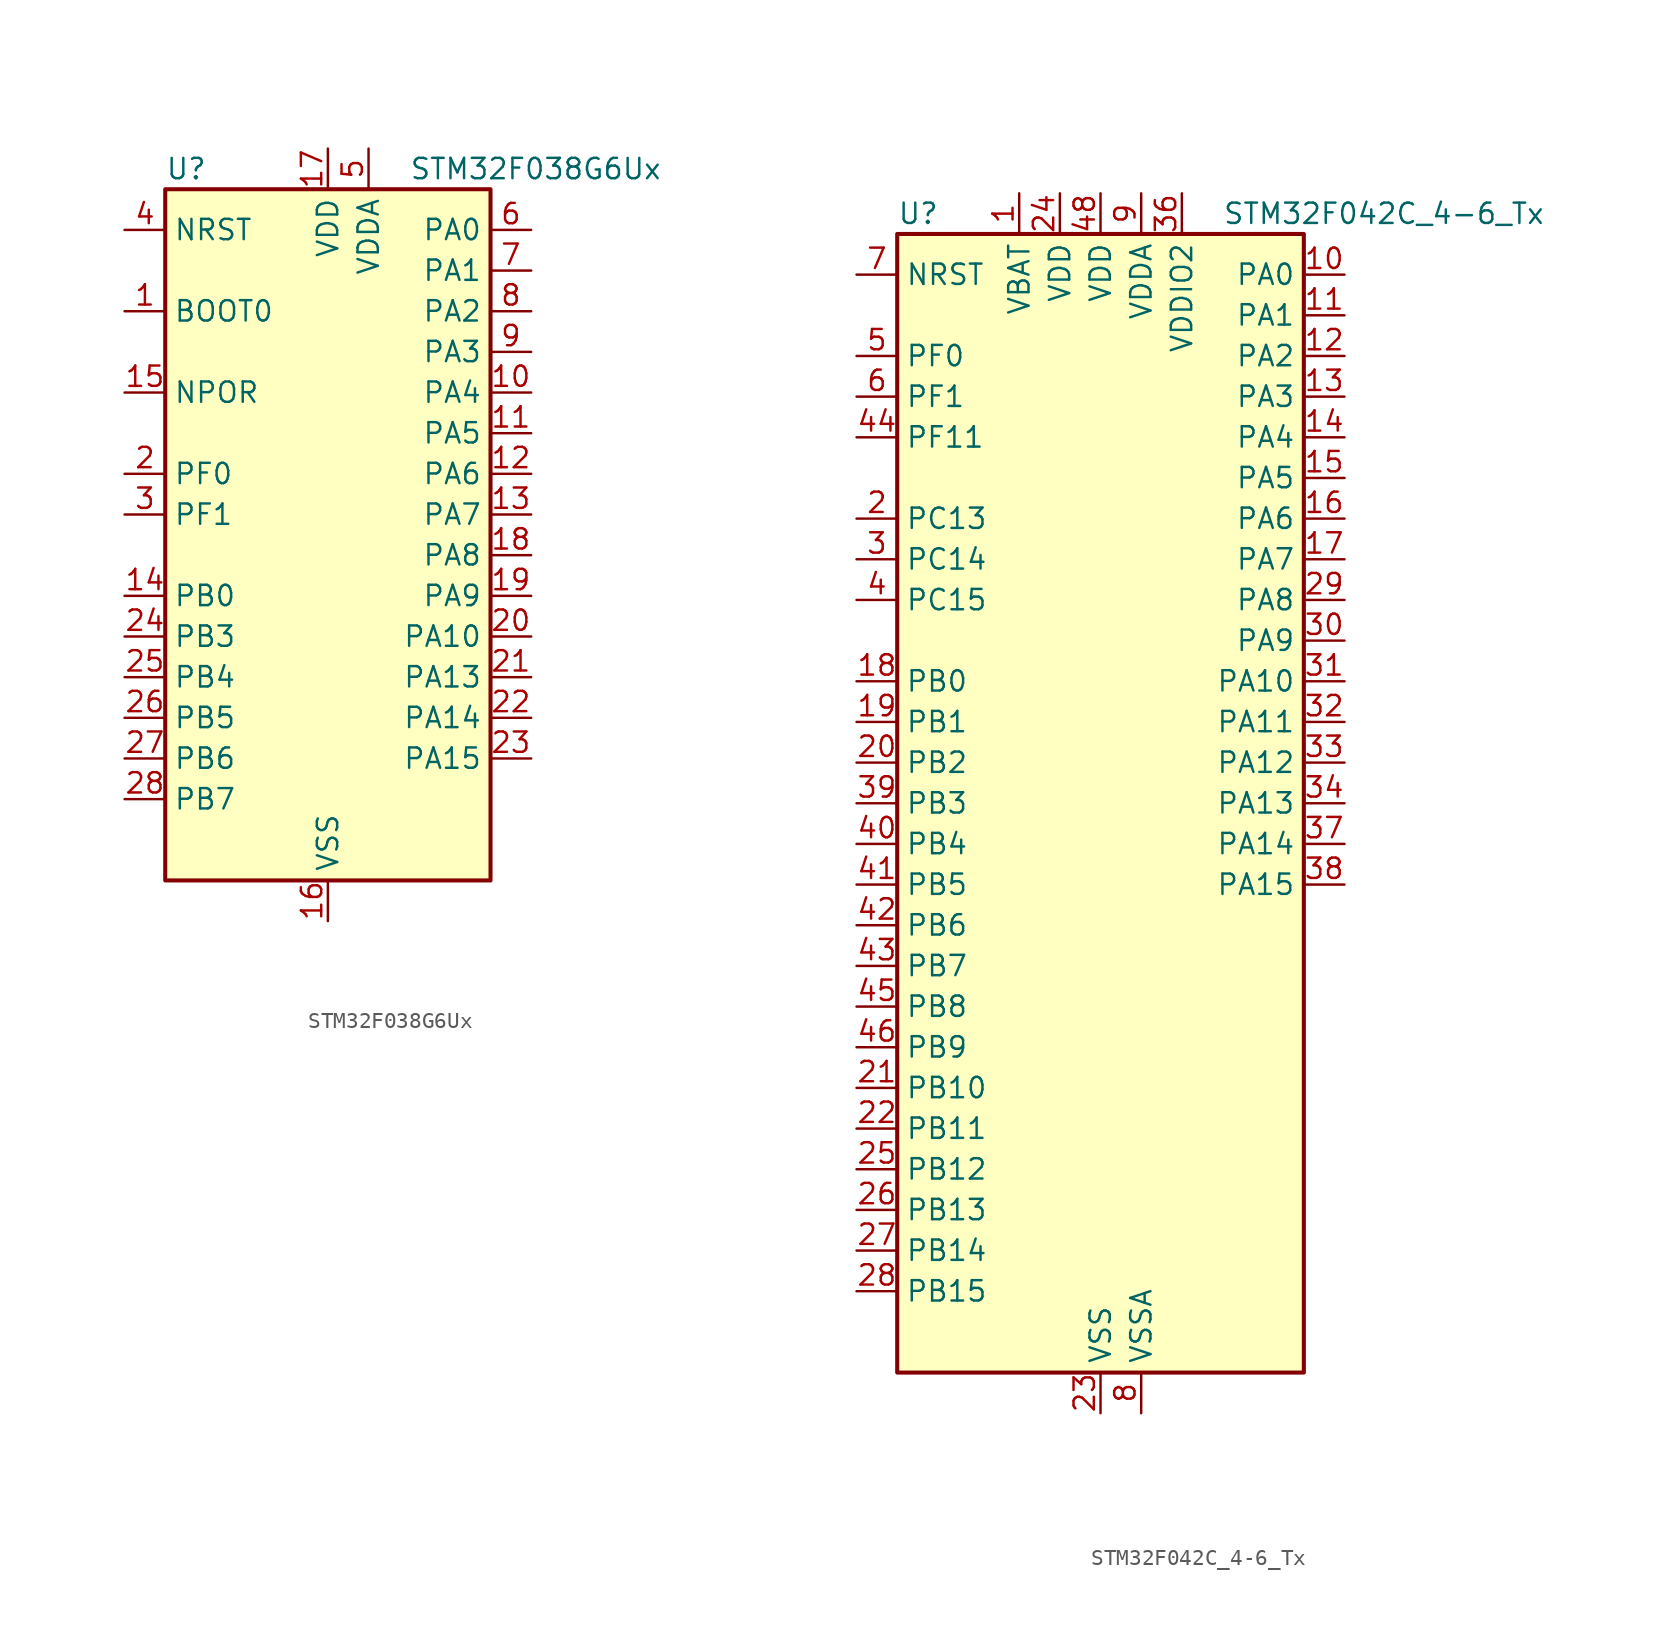
<source format=kicad_sym>
(kicad_symbol_lib
  (version 20231120)
  (generator "kicad_symbol_editor")
  (generator_version "8.0")
  (symbol "STM32F038G6Ux"
    (property "Reference" "U"
      (at -10.16 24.13 0)
      (effects (font (size 1.27 1.27)) (justify left)))
    (property "Value" "STM32F038G6Ux"
      (at 5.08 24.13 0)
      (effects (font (size 1.27 1.27)) (justify left)))
    (property "ki_locked" ""
      (at 0 0 0)
      (effects (font (size 1.27 1.27))))
    (symbol "STM32F038G6Ux_0_1"
      (rectangle (start -10.16 -20.32) (end 10.16 22.86) (stroke (width 0.254) (type default)) (fill (type background))))
    (symbol "STM32F038G6Ux_1_1"
      (pin input line (at -12.7 15.24 0) (length 2.54) (name "BOOT0" (effects (font (size 1.27 1.27)))) (number "1" (effects (font (size 1.27 1.27)))))
      (pin bidirectional line (at 12.7 10.16 180) (length 2.54) (name "PA4" (effects (font (size 1.27 1.27)))) (number "10" (effects (font (size 1.27 1.27)))) (alternate "ADC_IN4" bidirectional line) (alternate "I2S1_WS" bidirectional line) (alternate "SPI1_NSS" bidirectional line) (alternate "TIM14_CH1" bidirectional line) (alternate "USART1_CK" bidirectional line))
      (pin bidirectional line (at 12.7 7.62 180) (length 2.54) (name "PA5" (effects (font (size 1.27 1.27)))) (number "11" (effects (font (size 1.27 1.27)))) (alternate "ADC_IN5" bidirectional line) (alternate "I2S1_CK" bidirectional line) (alternate "SPI1_SCK" bidirectional line) (alternate "TIM2_CH1" bidirectional line) (alternate "TIM2_ETR" bidirectional line))
      (pin bidirectional line (at 12.7 5.08 180) (length 2.54) (name "PA6" (effects (font (size 1.27 1.27)))) (number "12" (effects (font (size 1.27 1.27)))) (alternate "ADC_IN6" bidirectional line) (alternate "I2S1_MCK" bidirectional line) (alternate "SPI1_MISO" bidirectional line) (alternate "TIM16_CH1" bidirectional line) (alternate "TIM1_BKIN" bidirectional line) (alternate "TIM3_CH1" bidirectional line))
      (pin bidirectional line (at 12.7 2.54 180) (length 2.54) (name "PA7" (effects (font (size 1.27 1.27)))) (number "13" (effects (font (size 1.27 1.27)))) (alternate "ADC_IN7" bidirectional line) (alternate "I2S1_SD" bidirectional line) (alternate "SPI1_MOSI" bidirectional line) (alternate "TIM14_CH1" bidirectional line) (alternate "TIM17_CH1" bidirectional line) (alternate "TIM1_CH1N" bidirectional line) (alternate "TIM3_CH2" bidirectional line))
      (pin bidirectional line (at -12.7 -2.54 0) (length 2.54) (name "PB0" (effects (font (size 1.27 1.27)))) (number "14" (effects (font (size 1.27 1.27)))) (alternate "ADC_IN8" bidirectional line) (alternate "TIM1_CH2N" bidirectional line) (alternate "TIM3_CH3" bidirectional line))
      (pin input line (at -12.7 10.16 0) (length 2.54) (name "NPOR" (effects (font (size 1.27 1.27)))) (number "15" (effects (font (size 1.27 1.27)))))
      (pin power_in line (at 0 -22.86 90) (length 2.54) (name "VSS" (effects (font (size 1.27 1.27)))) (number "16" (effects (font (size 1.27 1.27)))))
      (pin power_in line (at 0 25.4 270) (length 2.54) (name "VDD" (effects (font (size 1.27 1.27)))) (number "17" (effects (font (size 1.27 1.27)))))
      (pin bidirectional line (at 12.7 0 180) (length 2.54) (name "PA8" (effects (font (size 1.27 1.27)))) (number "18" (effects (font (size 1.27 1.27)))) (alternate "RCC_MCO" bidirectional line) (alternate "TIM1_CH1" bidirectional line) (alternate "USART1_CK" bidirectional line))
      (pin bidirectional line (at 12.7 -2.54 180) (length 2.54) (name "PA9" (effects (font (size 1.27 1.27)))) (number "19" (effects (font (size 1.27 1.27)))) (alternate "I2C1_SCL" bidirectional line) (alternate "TIM1_CH2" bidirectional line) (alternate "USART1_TX" bidirectional line))
      (pin bidirectional line (at -12.7 5.08 0) (length 2.54) (name "PF0" (effects (font (size 1.27 1.27)))) (number "2" (effects (font (size 1.27 1.27)))) (alternate "RCC_OSC_IN" bidirectional line))
      (pin bidirectional line (at 12.7 -5.08 180) (length 2.54) (name "PA10" (effects (font (size 1.27 1.27)))) (number "20" (effects (font (size 1.27 1.27)))) (alternate "I2C1_SDA" bidirectional line) (alternate "TIM17_BKIN" bidirectional line) (alternate "TIM1_CH3" bidirectional line) (alternate "USART1_RX" bidirectional line))
      (pin bidirectional line (at 12.7 -7.62 180) (length 2.54) (name "PA13" (effects (font (size 1.27 1.27)))) (number "21" (effects (font (size 1.27 1.27)))) (alternate "IR_OUT" bidirectional line) (alternate "SYS_SWDIO" bidirectional line))
      (pin bidirectional line (at 12.7 -10.16 180) (length 2.54) (name "PA14" (effects (font (size 1.27 1.27)))) (number "22" (effects (font (size 1.27 1.27)))) (alternate "SYS_SWCLK" bidirectional line) (alternate "USART1_TX" bidirectional line))
      (pin bidirectional line (at 12.7 -12.7 180) (length 2.54) (name "PA15" (effects (font (size 1.27 1.27)))) (number "23" (effects (font (size 1.27 1.27)))) (alternate "I2S1_WS" bidirectional line) (alternate "SPI1_NSS" bidirectional line) (alternate "TIM2_CH1" bidirectional line) (alternate "TIM2_ETR" bidirectional line) (alternate "USART1_RX" bidirectional line))
      (pin bidirectional line (at -12.7 -5.08 0) (length 2.54) (name "PB3" (effects (font (size 1.27 1.27)))) (number "24" (effects (font (size 1.27 1.27)))) (alternate "I2S1_CK" bidirectional line) (alternate "SPI1_SCK" bidirectional line) (alternate "TIM2_CH2" bidirectional line))
      (pin bidirectional line (at -12.7 -7.62 0) (length 2.54) (name "PB4" (effects (font (size 1.27 1.27)))) (number "25" (effects (font (size 1.27 1.27)))) (alternate "I2S1_MCK" bidirectional line) (alternate "SPI1_MISO" bidirectional line) (alternate "TIM3_CH1" bidirectional line))
      (pin bidirectional line (at -12.7 -10.16 0) (length 2.54) (name "PB5" (effects (font (size 1.27 1.27)))) (number "26" (effects (font (size 1.27 1.27)))) (alternate "I2C1_SMBA" bidirectional line) (alternate "I2S1_SD" bidirectional line) (alternate "SPI1_MOSI" bidirectional line) (alternate "TIM16_BKIN" bidirectional line) (alternate "TIM3_CH2" bidirectional line))
      (pin bidirectional line (at -12.7 -12.7 0) (length 2.54) (name "PB6" (effects (font (size 1.27 1.27)))) (number "27" (effects (font (size 1.27 1.27)))) (alternate "I2C1_SCL" bidirectional line) (alternate "TIM16_CH1N" bidirectional line) (alternate "USART1_TX" bidirectional line))
      (pin bidirectional line (at -12.7 -15.24 0) (length 2.54) (name "PB7" (effects (font (size 1.27 1.27)))) (number "28" (effects (font (size 1.27 1.27)))) (alternate "I2C1_SDA" bidirectional line) (alternate "TIM17_CH1N" bidirectional line) (alternate "USART1_RX" bidirectional line))
      (pin bidirectional line (at -12.7 2.54 0) (length 2.54) (name "PF1" (effects (font (size 1.27 1.27)))) (number "3" (effects (font (size 1.27 1.27)))) (alternate "RCC_OSC_OUT" bidirectional line))
      (pin input line (at -12.7 20.32 0) (length 2.54) (name "NRST" (effects (font (size 1.27 1.27)))) (number "4" (effects (font (size 1.27 1.27)))))
      (pin power_in line (at 2.54 25.4 270) (length 2.54) (name "VDDA" (effects (font (size 1.27 1.27)))) (number "5" (effects (font (size 1.27 1.27)))))
      (pin bidirectional line (at 12.7 20.32 180) (length 2.54) (name "PA0" (effects (font (size 1.27 1.27)))) (number "6" (effects (font (size 1.27 1.27)))) (alternate "ADC_IN0" bidirectional line) (alternate "RTC_TAMP2" bidirectional line) (alternate "SYS_WKUP1" bidirectional line) (alternate "TIM2_CH1" bidirectional line) (alternate "TIM2_ETR" bidirectional line) (alternate "USART1_CTS" bidirectional line))
      (pin bidirectional line (at 12.7 17.78 180) (length 2.54) (name "PA1" (effects (font (size 1.27 1.27)))) (number "7" (effects (font (size 1.27 1.27)))) (alternate "ADC_IN1" bidirectional line) (alternate "TIM2_CH2" bidirectional line) (alternate "USART1_DE" bidirectional line) (alternate "USART1_RTS" bidirectional line))
      (pin bidirectional line (at 12.7 15.24 180) (length 2.54) (name "PA2" (effects (font (size 1.27 1.27)))) (number "8" (effects (font (size 1.27 1.27)))) (alternate "ADC_IN2" bidirectional line) (alternate "TIM2_CH3" bidirectional line) (alternate "USART1_TX" bidirectional line))
      (pin bidirectional line (at 12.7 12.7 180) (length 2.54) (name "PA3" (effects (font (size 1.27 1.27)))) (number "9" (effects (font (size 1.27 1.27)))) (alternate "ADC_IN3" bidirectional line) (alternate "TIM2_CH4" bidirectional line) (alternate "USART1_RX" bidirectional line))))
  (symbol "STM32F042C_4-6_Tx"
    (property "Reference" "U"
      (at -12.7 36.83 0)
      (effects (font (size 1.27 1.27)) (justify left)))
    (property "Value" "STM32F042C_4-6_Tx"
      (at 7.62 36.83 0)
      (effects (font (size 1.27 1.27)) (justify left)))
    (property "ki_locked" ""
      (at 0 0 0)
      (effects (font (size 1.27 1.27))))
    (symbol "STM32F042C_4-6_Tx_0_1"
      (rectangle (start -12.7 -35.56) (end 12.7 35.56) (stroke (width 0.254) (type default)) (fill (type background))))
    (symbol "STM32F042C_4-6_Tx_1_1"
      (pin power_in line (at -5.08 38.1 270) (length 2.54) (name "VBAT" (effects (font (size 1.27 1.27)))) (number "1" (effects (font (size 1.27 1.27)))))
      (pin bidirectional line (at 15.24 33.02 180) (length 2.54) (name "PA0" (effects (font (size 1.27 1.27)))) (number "10" (effects (font (size 1.27 1.27)))) (alternate "ADC_IN0" bidirectional line) (alternate "RTC_TAMP2" bidirectional line) (alternate "SYS_WKUP1" bidirectional line) (alternate "TIM2_CH1" bidirectional line) (alternate "TIM2_ETR" bidirectional line) (alternate "TSC_G1_IO1" bidirectional line) (alternate "USART2_CTS" bidirectional line))
      (pin bidirectional line (at 15.24 30.48 180) (length 2.54) (name "PA1" (effects (font (size 1.27 1.27)))) (number "11" (effects (font (size 1.27 1.27)))) (alternate "ADC_IN1" bidirectional line) (alternate "TIM2_CH2" bidirectional line) (alternate "TSC_G1_IO2" bidirectional line) (alternate "USART2_DE" bidirectional line) (alternate "USART2_RTS" bidirectional line))
      (pin bidirectional line (at 15.24 27.94 180) (length 2.54) (name "PA2" (effects (font (size 1.27 1.27)))) (number "12" (effects (font (size 1.27 1.27)))) (alternate "ADC_IN2" bidirectional line) (alternate "SYS_WKUP4" bidirectional line) (alternate "TIM2_CH3" bidirectional line) (alternate "TSC_G1_IO3" bidirectional line) (alternate "USART2_TX" bidirectional line))
      (pin bidirectional line (at 15.24 25.4 180) (length 2.54) (name "PA3" (effects (font (size 1.27 1.27)))) (number "13" (effects (font (size 1.27 1.27)))) (alternate "ADC_IN3" bidirectional line) (alternate "TIM2_CH4" bidirectional line) (alternate "TSC_G1_IO4" bidirectional line) (alternate "USART2_RX" bidirectional line))
      (pin bidirectional line (at 15.24 22.86 180) (length 2.54) (name "PA4" (effects (font (size 1.27 1.27)))) (number "14" (effects (font (size 1.27 1.27)))) (alternate "ADC_IN4" bidirectional line) (alternate "I2S1_WS" bidirectional line) (alternate "SPI1_NSS" bidirectional line) (alternate "TIM14_CH1" bidirectional line) (alternate "TSC_G2_IO1" bidirectional line) (alternate "USART2_CK" bidirectional line) (alternate "USB_NOE" bidirectional line))
      (pin bidirectional line (at 15.24 20.32 180) (length 2.54) (name "PA5" (effects (font (size 1.27 1.27)))) (number "15" (effects (font (size 1.27 1.27)))) (alternate "ADC_IN5" bidirectional line) (alternate "CEC" bidirectional line) (alternate "I2S1_CK" bidirectional line) (alternate "SPI1_SCK" bidirectional line) (alternate "TIM2_CH1" bidirectional line) (alternate "TIM2_ETR" bidirectional line) (alternate "TSC_G2_IO2" bidirectional line))
      (pin bidirectional line (at 15.24 17.78 180) (length 2.54) (name "PA6" (effects (font (size 1.27 1.27)))) (number "16" (effects (font (size 1.27 1.27)))) (alternate "ADC_IN6" bidirectional line) (alternate "I2S1_MCK" bidirectional line) (alternate "SPI1_MISO" bidirectional line) (alternate "TIM16_CH1" bidirectional line) (alternate "TIM1_BKIN" bidirectional line) (alternate "TIM3_CH1" bidirectional line) (alternate "TSC_G2_IO3" bidirectional line))
      (pin bidirectional line (at 15.24 15.24 180) (length 2.54) (name "PA7" (effects (font (size 1.27 1.27)))) (number "17" (effects (font (size 1.27 1.27)))) (alternate "ADC_IN7" bidirectional line) (alternate "I2S1_SD" bidirectional line) (alternate "SPI1_MOSI" bidirectional line) (alternate "TIM14_CH1" bidirectional line) (alternate "TIM17_CH1" bidirectional line) (alternate "TIM1_CH1N" bidirectional line) (alternate "TIM3_CH2" bidirectional line) (alternate "TSC_G2_IO4" bidirectional line))
      (pin bidirectional line (at -15.24 7.62 0) (length 2.54) (name "PB0" (effects (font (size 1.27 1.27)))) (number "18" (effects (font (size 1.27 1.27)))) (alternate "ADC_IN8" bidirectional line) (alternate "TIM1_CH2N" bidirectional line) (alternate "TIM3_CH3" bidirectional line) (alternate "TSC_G3_IO2" bidirectional line))
      (pin bidirectional line (at -15.24 5.08 0) (length 2.54) (name "PB1" (effects (font (size 1.27 1.27)))) (number "19" (effects (font (size 1.27 1.27)))) (alternate "ADC_IN9" bidirectional line) (alternate "TIM14_CH1" bidirectional line) (alternate "TIM1_CH3N" bidirectional line) (alternate "TIM3_CH4" bidirectional line) (alternate "TSC_G3_IO3" bidirectional line))
      (pin bidirectional line (at -15.24 17.78 0) (length 2.54) (name "PC13" (effects (font (size 1.27 1.27)))) (number "2" (effects (font (size 1.27 1.27)))) (alternate "RTC_OUT_ALARM" bidirectional line) (alternate "RTC_OUT_CALIB" bidirectional line) (alternate "RTC_TAMP1" bidirectional line) (alternate "RTC_TS" bidirectional line) (alternate "SYS_WKUP2" bidirectional line))
      (pin bidirectional line (at -15.24 2.54 0) (length 2.54) (name "PB2" (effects (font (size 1.27 1.27)))) (number "20" (effects (font (size 1.27 1.27)))) (alternate "TSC_G3_IO4" bidirectional line))
      (pin bidirectional line (at -15.24 -17.78 0) (length 2.54) (name "PB10" (effects (font (size 1.27 1.27)))) (number "21" (effects (font (size 1.27 1.27)))) (alternate "CEC" bidirectional line) (alternate "I2C1_SCL" bidirectional line) (alternate "SPI2_SCK" bidirectional line) (alternate "TIM2_CH3" bidirectional line) (alternate "TSC_SYNC" bidirectional line))
      (pin bidirectional line (at -15.24 -20.32 0) (length 2.54) (name "PB11" (effects (font (size 1.27 1.27)))) (number "22" (effects (font (size 1.27 1.27)))) (alternate "I2C1_SDA" bidirectional line) (alternate "TIM2_CH4" bidirectional line))
      (pin power_in line (at 0 -38.1 90) (length 2.54) (name "VSS" (effects (font (size 1.27 1.27)))) (number "23" (effects (font (size 1.27 1.27)))))
      (pin power_in line (at -2.54 38.1 270) (length 2.54) (name "VDD" (effects (font (size 1.27 1.27)))) (number "24" (effects (font (size 1.27 1.27)))))
      (pin bidirectional line (at -15.24 -22.86 0) (length 2.54) (name "PB12" (effects (font (size 1.27 1.27)))) (number "25" (effects (font (size 1.27 1.27)))) (alternate "SPI2_NSS" bidirectional line) (alternate "TIM1_BKIN" bidirectional line))
      (pin bidirectional line (at -15.24 -25.4 0) (length 2.54) (name "PB13" (effects (font (size 1.27 1.27)))) (number "26" (effects (font (size 1.27 1.27)))) (alternate "I2C1_SCL" bidirectional line) (alternate "SPI2_SCK" bidirectional line) (alternate "TIM1_CH1N" bidirectional line))
      (pin bidirectional line (at -15.24 -27.94 0) (length 2.54) (name "PB14" (effects (font (size 1.27 1.27)))) (number "27" (effects (font (size 1.27 1.27)))) (alternate "I2C1_SDA" bidirectional line) (alternate "SPI2_MISO" bidirectional line) (alternate "TIM1_CH2N" bidirectional line))
      (pin bidirectional line (at -15.24 -30.48 0) (length 2.54) (name "PB15" (effects (font (size 1.27 1.27)))) (number "28" (effects (font (size 1.27 1.27)))) (alternate "RTC_REFIN" bidirectional line) (alternate "SPI2_MOSI" bidirectional line) (alternate "SYS_WKUP7" bidirectional line) (alternate "TIM1_CH3N" bidirectional line))
      (pin bidirectional line (at 15.24 12.7 180) (length 2.54) (name "PA8" (effects (font (size 1.27 1.27)))) (number "29" (effects (font (size 1.27 1.27)))) (alternate "CRS_SYNC" bidirectional line) (alternate "RCC_MCO" bidirectional line) (alternate "TIM1_CH1" bidirectional line) (alternate "USART1_CK" bidirectional line))
      (pin bidirectional line (at -15.24 15.24 0) (length 2.54) (name "PC14" (effects (font (size 1.27 1.27)))) (number "3" (effects (font (size 1.27 1.27)))) (alternate "RCC_OSC32_IN" bidirectional line))
      (pin bidirectional line (at 15.24 10.16 180) (length 2.54) (name "PA9" (effects (font (size 1.27 1.27)))) (number "30" (effects (font (size 1.27 1.27)))) (alternate "I2C1_SCL" bidirectional line) (alternate "TIM1_CH2" bidirectional line) (alternate "TSC_G4_IO1" bidirectional line) (alternate "USART1_TX" bidirectional line))
      (pin bidirectional line (at 15.24 7.62 180) (length 2.54) (name "PA10" (effects (font (size 1.27 1.27)))) (number "31" (effects (font (size 1.27 1.27)))) (alternate "I2C1_SDA" bidirectional line) (alternate "TIM17_BKIN" bidirectional line) (alternate "TIM1_CH3" bidirectional line) (alternate "TSC_G4_IO2" bidirectional line) (alternate "USART1_RX" bidirectional line))
      (pin bidirectional line (at 15.24 5.08 180) (length 2.54) (name "PA11" (effects (font (size 1.27 1.27)))) (number "32" (effects (font (size 1.27 1.27)))) (alternate "CAN_RX" bidirectional line) (alternate "I2C1_SCL" bidirectional line) (alternate "TIM1_CH4" bidirectional line) (alternate "TSC_G4_IO3" bidirectional line) (alternate "USART1_CTS" bidirectional line) (alternate "USB_DM" bidirectional line))
      (pin bidirectional line (at 15.24 2.54 180) (length 2.54) (name "PA12" (effects (font (size 1.27 1.27)))) (number "33" (effects (font (size 1.27 1.27)))) (alternate "CAN_TX" bidirectional line) (alternate "I2C1_SDA" bidirectional line) (alternate "TIM1_ETR" bidirectional line) (alternate "TSC_G4_IO4" bidirectional line) (alternate "USART1_DE" bidirectional line) (alternate "USART1_RTS" bidirectional line) (alternate "USB_DP" bidirectional line))
      (pin bidirectional line (at 15.24 0 180) (length 2.54) (name "PA13" (effects (font (size 1.27 1.27)))) (number "34" (effects (font (size 1.27 1.27)))) (alternate "IR_OUT" bidirectional line) (alternate "SYS_SWDIO" bidirectional line) (alternate "USB_NOE" bidirectional line))
      (pin passive line (at 0 -38.1 90) (length 2.54) hide (name "VSS" (effects (font (size 1.27 1.27)))) (number "35" (effects (font (size 1.27 1.27)))))
      (pin power_in line (at 5.08 38.1 270) (length 2.54) (name "VDDIO2" (effects (font (size 1.27 1.27)))) (number "36" (effects (font (size 1.27 1.27)))))
      (pin bidirectional line (at 15.24 -2.54 180) (length 2.54) (name "PA14" (effects (font (size 1.27 1.27)))) (number "37" (effects (font (size 1.27 1.27)))) (alternate "SYS_SWCLK" bidirectional line) (alternate "USART2_TX" bidirectional line))
      (pin bidirectional line (at 15.24 -5.08 180) (length 2.54) (name "PA15" (effects (font (size 1.27 1.27)))) (number "38" (effects (font (size 1.27 1.27)))) (alternate "I2S1_WS" bidirectional line) (alternate "SPI1_NSS" bidirectional line) (alternate "TIM2_CH1" bidirectional line) (alternate "TIM2_ETR" bidirectional line) (alternate "USART2_RX" bidirectional line) (alternate "USB_NOE" bidirectional line))
      (pin bidirectional line (at -15.24 0 0) (length 2.54) (name "PB3" (effects (font (size 1.27 1.27)))) (number "39" (effects (font (size 1.27 1.27)))) (alternate "I2S1_CK" bidirectional line) (alternate "SPI1_SCK" bidirectional line) (alternate "TIM2_CH2" bidirectional line) (alternate "TSC_G5_IO1" bidirectional line))
      (pin bidirectional line (at -15.24 12.7 0) (length 2.54) (name "PC15" (effects (font (size 1.27 1.27)))) (number "4" (effects (font (size 1.27 1.27)))) (alternate "RCC_OSC32_OUT" bidirectional line))
      (pin bidirectional line (at -15.24 -2.54 0) (length 2.54) (name "PB4" (effects (font (size 1.27 1.27)))) (number "40" (effects (font (size 1.27 1.27)))) (alternate "I2S1_MCK" bidirectional line) (alternate "SPI1_MISO" bidirectional line) (alternate "TIM17_BKIN" bidirectional line) (alternate "TIM3_CH1" bidirectional line) (alternate "TSC_G5_IO2" bidirectional line))
      (pin bidirectional line (at -15.24 -5.08 0) (length 2.54) (name "PB5" (effects (font (size 1.27 1.27)))) (number "41" (effects (font (size 1.27 1.27)))) (alternate "I2C1_SMBA" bidirectional line) (alternate "I2S1_SD" bidirectional line) (alternate "SPI1_MOSI" bidirectional line) (alternate "SYS_WKUP6" bidirectional line) (alternate "TIM16_BKIN" bidirectional line) (alternate "TIM3_CH2" bidirectional line))
      (pin bidirectional line (at -15.24 -7.62 0) (length 2.54) (name "PB6" (effects (font (size 1.27 1.27)))) (number "42" (effects (font (size 1.27 1.27)))) (alternate "I2C1_SCL" bidirectional line) (alternate "TIM16_CH1N" bidirectional line) (alternate "TSC_G5_IO3" bidirectional line) (alternate "USART1_TX" bidirectional line))
      (pin bidirectional line (at -15.24 -10.16 0) (length 2.54) (name "PB7" (effects (font (size 1.27 1.27)))) (number "43" (effects (font (size 1.27 1.27)))) (alternate "I2C1_SDA" bidirectional line) (alternate "TIM17_CH1N" bidirectional line) (alternate "TSC_G5_IO4" bidirectional line) (alternate "USART1_RX" bidirectional line))
      (pin bidirectional line (at -15.24 22.86 0) (length 2.54) (name "PF11" (effects (font (size 1.27 1.27)))) (number "44" (effects (font (size 1.27 1.27)))))
      (pin bidirectional line (at -15.24 -12.7 0) (length 2.54) (name "PB8" (effects (font (size 1.27 1.27)))) (number "45" (effects (font (size 1.27 1.27)))) (alternate "CAN_RX" bidirectional line) (alternate "CEC" bidirectional line) (alternate "I2C1_SCL" bidirectional line) (alternate "TIM16_CH1" bidirectional line) (alternate "TSC_SYNC" bidirectional line))
      (pin bidirectional line (at -15.24 -15.24 0) (length 2.54) (name "PB9" (effects (font (size 1.27 1.27)))) (number "46" (effects (font (size 1.27 1.27)))) (alternate "CAN_TX" bidirectional line) (alternate "I2C1_SDA" bidirectional line) (alternate "IR_OUT" bidirectional line) (alternate "SPI2_NSS" bidirectional line) (alternate "TIM17_CH1" bidirectional line))
      (pin passive line (at 0 -38.1 90) (length 2.54) hide (name "VSS" (effects (font (size 1.27 1.27)))) (number "47" (effects (font (size 1.27 1.27)))))
      (pin power_in line (at 0 38.1 270) (length 2.54) (name "VDD" (effects (font (size 1.27 1.27)))) (number "48" (effects (font (size 1.27 1.27)))))
      (pin bidirectional line (at -15.24 27.94 0) (length 2.54) (name "PF0" (effects (font (size 1.27 1.27)))) (number "5" (effects (font (size 1.27 1.27)))) (alternate "CRS_SYNC" bidirectional line) (alternate "I2C1_SDA" bidirectional line) (alternate "RCC_OSC_IN" bidirectional line))
      (pin bidirectional line (at -15.24 25.4 0) (length 2.54) (name "PF1" (effects (font (size 1.27 1.27)))) (number "6" (effects (font (size 1.27 1.27)))) (alternate "I2C1_SCL" bidirectional line) (alternate "RCC_OSC_OUT" bidirectional line))
      (pin input line (at -15.24 33.02 0) (length 2.54) (name "NRST" (effects (font (size 1.27 1.27)))) (number "7" (effects (font (size 1.27 1.27)))))
      (pin power_in line (at 2.54 -38.1 90) (length 2.54) (name "VSSA" (effects (font (size 1.27 1.27)))) (number "8" (effects (font (size 1.27 1.27)))))
      (pin power_in line (at 2.54 38.1 270) (length 2.54) (name "VDDA" (effects (font (size 1.27 1.27)))) (number "9" (effects (font (size 1.27 1.27))))))))
</source>
